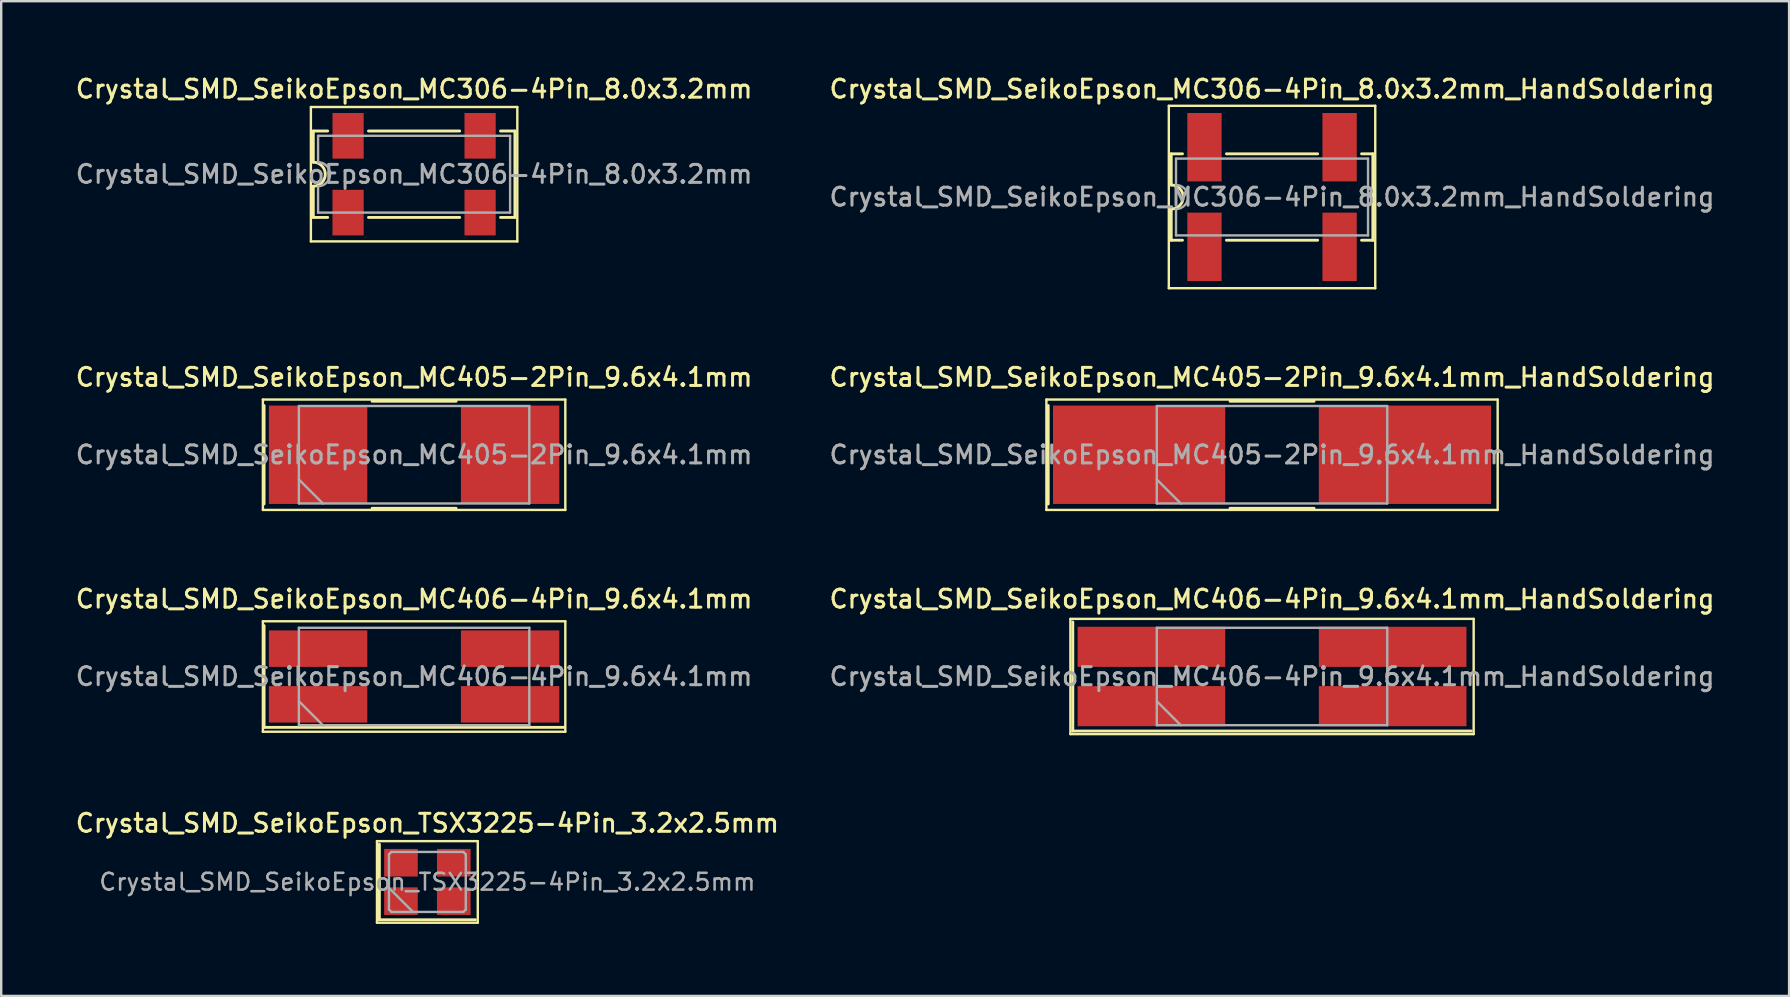
<source format=kicad_pcb>
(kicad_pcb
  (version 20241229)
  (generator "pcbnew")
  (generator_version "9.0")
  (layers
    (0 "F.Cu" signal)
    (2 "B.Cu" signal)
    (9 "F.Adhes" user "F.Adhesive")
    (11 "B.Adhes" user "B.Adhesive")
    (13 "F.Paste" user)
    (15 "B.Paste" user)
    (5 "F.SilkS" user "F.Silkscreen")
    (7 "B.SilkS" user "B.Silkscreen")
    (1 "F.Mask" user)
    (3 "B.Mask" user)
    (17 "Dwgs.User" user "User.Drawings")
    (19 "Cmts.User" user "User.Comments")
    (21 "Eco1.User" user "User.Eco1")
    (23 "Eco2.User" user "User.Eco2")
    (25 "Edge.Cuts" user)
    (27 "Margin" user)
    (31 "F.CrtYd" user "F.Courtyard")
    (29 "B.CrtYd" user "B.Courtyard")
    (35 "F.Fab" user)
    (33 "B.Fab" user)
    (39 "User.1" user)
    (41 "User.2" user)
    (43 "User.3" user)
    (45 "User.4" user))
  (footprint "Crystal_SMD_SeikoEpson_MC306-4Pin_8.0x3.2mm"
    (layer "F.Cu")
    (at 14.202 4.208)
    (property "Reference" "Crystal_SMD_SeikoEpson_MC306-4Pin_8.0x3.2mm" (at 0 -3.55 0) (layer "F.SilkS") (effects (font (size 0.75 0.75) (thickness 0.125))))
    (attr smd)
    (fp_line (start -4.3 -2.8) (end -4.3 2.8) (stroke (width 0.1) (type solid)) (layer "F.SilkS"))
    (fp_line (start -4.3 2.8) (end 4.3 2.8) (stroke (width 0.1) (type solid)) (layer "F.SilkS"))
    (fp_line (start -4.2 -1.8) (end -3.6 -1.8) (stroke (width 0.12) (type solid)) (layer "F.SilkS"))
    (fp_line (start -4.2 -0.5) (end -4.2 -1.8) (stroke (width 0.12) (type solid)) (layer "F.SilkS"))
    (fp_line (start -4.2 1.8) (end -4.2 0.5) (stroke (width 0.12) (type solid)) (layer "F.SilkS"))
    (fp_line (start -4.2 1.8) (end -3.6 1.8) (stroke (width 0.12) (type solid)) (layer "F.SilkS"))
    (fp_line (start -1.9 -1.8) (end 1.9 -1.8) (stroke (width 0.12) (type solid)) (layer "F.SilkS"))
    (fp_line (start 1.9 1.8) (end -1.9 1.8) (stroke (width 0.12) (type solid)) (layer "F.SilkS"))
    (fp_line (start 3.6 -1.8) (end 4.2 -1.8) (stroke (width 0.12) (type solid)) (layer "F.SilkS"))
    (fp_line (start 4.2 -1.8) (end 4.2 1.8) (stroke (width 0.12) (type solid)) (layer "F.SilkS"))
    (fp_line (start 4.2 1.8) (end 3.6 1.8) (stroke (width 0.12) (type solid)) (layer "F.SilkS"))
    (fp_line (start 4.3 -2.8) (end -4.3 -2.8) (stroke (width 0.1) (type solid)) (layer "F.SilkS"))
    (fp_line (start 4.3 2.8) (end 4.3 -2.8) (stroke (width 0.1) (type solid)) (layer "F.SilkS"))
    (fp_arc (start -4.2 -0.5) (mid -3.7 0) (end -4.2 0.5) (stroke (width 0.12) (type solid)) (layer "F.SilkS"))
    (fp_line (start -4 -1.6) (end 4 -1.6) (stroke (width 0.1) (type solid)) (layer "F.Fab"))
    (fp_line (start -4 -0.5) (end -4 -1.6) (stroke (width 0.1) (type solid)) (layer "F.Fab"))
    (fp_line (start -4 1.6) (end -4 0.5) (stroke (width 0.1) (type solid)) (layer "F.Fab"))
    (fp_line (start 4 -1.6) (end 4 1.6) (stroke (width 0.1) (type solid)) (layer "F.Fab"))
    (fp_line (start 4 1.6) (end -4 1.6) (stroke (width 0.1) (type solid)) (layer "F.Fab"))
    (fp_arc (start -4 -0.5) (mid -3.5 0) (end -4 0.5) (stroke (width 0.1) (type solid)) (layer "F.Fab"))
    (fp_text user "${REFERENCE}" (at 0 0 0) (layer "F.Fab") (effects (font (size 0.75 0.75) (thickness 0.125))))
    (pad "1" smd rect (at -2.75 1.6) (size 1.3 1.9) (layers "F.Cu" "F.Mask" "F.Paste"))
    (pad "2" smd rect (at 2.75 1.6) (size 1.3 1.9) (layers "F.Cu" "F.Mask" "F.Paste"))
    (pad "3" smd rect (at 2.75 -1.6) (size 1.3 1.9) (layers "F.Cu" "F.Mask" "F.Paste"))
    (pad "4" smd rect (at -2.75 -1.6) (size 1.3 1.9) (layers "F.Cu" "F.Mask" "F.Paste")))
  (footprint "Crystal_SMD_SeikoEpson_TSX3225-4Pin_3.2x2.5mm"
    (layer "F.Cu")
    (at 14.755 33.693)
    (property "Reference" "Crystal_SMD_SeikoEpson_TSX3225-4Pin_3.2x2.5mm" (at 0 -2.45 0) (layer "F.SilkS") (effects (font (size 0.75 0.75) (thickness 0.125))))
    (attr smd)
    (fp_line (start -2.1 -1.7) (end -2.1 1.7) (stroke (width 0.1) (type solid)) (layer "F.SilkS"))
    (fp_line (start -2.1 1.7) (end 2.1 1.7) (stroke (width 0.1) (type solid)) (layer "F.SilkS"))
    (fp_line (start -2 -1.575) (end -2 1.575) (stroke (width 0.12) (type solid)) (layer "F.SilkS"))
    (fp_line (start -2 1.575) (end 2 1.575) (stroke (width 0.12) (type solid)) (layer "F.SilkS"))
    (fp_line (start 2.1 -1.7) (end -2.1 -1.7) (stroke (width 0.1) (type solid)) (layer "F.SilkS"))
    (fp_line (start 2.1 1.7) (end 2.1 -1.7) (stroke (width 0.1) (type solid)) (layer "F.SilkS"))
    (fp_line (start -1.6 -1.15) (end -1.5 -1.25) (stroke (width 0.1) (type solid)) (layer "F.Fab"))
    (fp_line (start -1.6 0.25) (end -0.6 1.25) (stroke (width 0.1) (type solid)) (layer "F.Fab"))
    (fp_line (start -1.6 1.15) (end -1.6 -1.15) (stroke (width 0.1) (type solid)) (layer "F.Fab"))
    (fp_line (start -1.5 -1.25) (end 1.5 -1.25) (stroke (width 0.1) (type solid)) (layer "F.Fab"))
    (fp_line (start -1.5 1.25) (end -1.6 1.15) (stroke (width 0.1) (type solid)) (layer "F.Fab"))
    (fp_line (start 1.5 -1.25) (end 1.6 -1.15) (stroke (width 0.1) (type solid)) (layer "F.Fab"))
    (fp_line (start 1.5 1.25) (end -1.5 1.25) (stroke (width 0.1) (type solid)) (layer "F.Fab"))
    (fp_line (start 1.6 -1.15) (end 1.6 1.15) (stroke (width 0.1) (type solid)) (layer "F.Fab"))
    (fp_line (start 1.6 1.15) (end 1.5 1.25) (stroke (width 0.1) (type solid)) (layer "F.Fab"))
    (fp_text user "${REFERENCE}" (at 0 0 0) (layer "F.Fab") (effects (font (size 0.7 0.7) (thickness 0.105))))
    (pad "1" smd rect (at -1.1 0.8) (size 1.4 1.15) (layers "F.Cu" "F.Mask" "F.Paste"))
    (pad "2" smd rect (at 1.1 0.8) (size 1.4 1.15) (layers "F.Cu" "F.Mask" "F.Paste"))
    (pad "3" smd rect (at 1.1 -0.8) (size 1.4 1.15) (layers "F.Cu" "F.Mask" "F.Paste"))
    (pad "4" smd rect (at -1.1 -0.8) (size 1.4 1.15) (layers "F.Cu" "F.Mask" "F.Paste")))
  (footprint "Crystal_SMD_SeikoEpson_MC405-2Pin_9.6x4.1mm_HandSoldering"
    (layer "F.Cu")
    (at 49.945 15.896)
    (property "Reference" "Crystal_SMD_SeikoEpson_MC405-2Pin_9.6x4.1mm_HandSoldering" (at 0 -3.23 0) (layer "F.SilkS") (effects (font (size 0.75 0.75) (thickness 0.125))))
    (attr smd)
    (fp_line (start -9.4 -2.3) (end -9.4 2.3) (stroke (width 0.1) (type solid)) (layer "F.SilkS"))
    (fp_line (start -9.4 2.3) (end 9.4 2.3) (stroke (width 0.1) (type solid)) (layer "F.SilkS"))
    (fp_line (start -9.325 -2.05) (end -9.325 2.05) (stroke (width 0.12) (type solid)) (layer "F.SilkS"))
    (fp_line (start -1.75 -2.23) (end 1.75 -2.23) (stroke (width 0.12) (type solid)) (layer "F.SilkS"))
    (fp_line (start -1.75 2.23) (end 1.75 2.23) (stroke (width 0.12) (type solid)) (layer "F.SilkS"))
    (fp_line (start 9.4 -2.3) (end -9.4 -2.3) (stroke (width 0.1) (type solid)) (layer "F.SilkS"))
    (fp_line (start 9.4 2.3) (end 9.4 -2.3) (stroke (width 0.1) (type solid)) (layer "F.SilkS"))
    (fp_line (start -4.8 -2.03) (end -4.8 2.03) (stroke (width 0.1) (type solid)) (layer "F.Fab"))
    (fp_line (start -4.8 1.03) (end -3.8 2.03) (stroke (width 0.1) (type solid)) (layer "F.Fab"))
    (fp_line (start -4.8 2.03) (end 4.8 2.03) (stroke (width 0.1) (type solid)) (layer "F.Fab"))
    (fp_line (start 4.8 -2.03) (end -4.8 -2.03) (stroke (width 0.1) (type solid)) (layer "F.Fab"))
    (fp_line (start 4.8 2.03) (end 4.8 -2.03) (stroke (width 0.1) (type solid)) (layer "F.Fab"))
    (fp_text user "${REFERENCE}" (at 0 0 0) (layer "F.Fab") (effects (font (size 0.75 0.75) (thickness 0.125))))
    (pad "1" smd rect (at -5.537 0) (size 7.175 4.1) (layers "F.Cu" "F.Mask" "F.Paste"))
    (pad "2" smd rect (at 5.537 0) (size 7.175 4.1) (layers "F.Cu" "F.Mask" "F.Paste")))
  (footprint "Crystal_SMD_SeikoEpson_MC406-4Pin_9.6x4.1mm"
    (layer "F.Cu")
    (at 14.202 25.134)
    (property "Reference" "Crystal_SMD_SeikoEpson_MC406-4Pin_9.6x4.1mm" (at 0 -3.23 0) (layer "F.SilkS") (effects (font (size 0.75 0.75) (thickness 0.125))))
    (attr smd)
    (fp_line (start -6.3 -2.3) (end -6.3 2.3) (stroke (width 0.1) (type solid)) (layer "F.SilkS"))
    (fp_line (start -6.3 2.3) (end 6.3 2.3) (stroke (width 0.1) (type solid)) (layer "F.SilkS"))
    (fp_line (start -6.25 -2.12) (end -6.25 2.12) (stroke (width 0.12) (type solid)) (layer "F.SilkS"))
    (fp_line (start -6.25 2.12) (end 6.25 2.12) (stroke (width 0.12) (type solid)) (layer "F.SilkS"))
    (fp_line (start 6.3 -2.3) (end -6.3 -2.3) (stroke (width 0.1) (type solid)) (layer "F.SilkS"))
    (fp_line (start 6.3 2.3) (end 6.3 -2.3) (stroke (width 0.1) (type solid)) (layer "F.SilkS"))
    (fp_line (start -4.8 -2.03) (end -4.8 2.03) (stroke (width 0.1) (type solid)) (layer "F.Fab"))
    (fp_line (start -4.8 1.03) (end -3.8 2.03) (stroke (width 0.1) (type solid)) (layer "F.Fab"))
    (fp_line (start -4.8 2.03) (end 4.8 2.03) (stroke (width 0.1) (type solid)) (layer "F.Fab"))
    (fp_line (start 4.8 -2.03) (end -4.8 -2.03) (stroke (width 0.1) (type solid)) (layer "F.Fab"))
    (fp_line (start 4.8 2.03) (end 4.8 -2.03) (stroke (width 0.1) (type solid)) (layer "F.Fab"))
    (fp_text user "${REFERENCE}" (at 0 0 0) (layer "F.Fab") (effects (font (size 0.75 0.75) (thickness 0.125))))
    (pad "1" smd rect (at -4 1.16) (size 4.1 1.52) (layers "F.Cu" "F.Mask" "F.Paste"))
    (pad "2" smd rect (at 4 1.16) (size 4.1 1.52) (layers "F.Cu" "F.Mask" "F.Paste"))
    (pad "3" smd rect (at 4 -1.16) (size 4.1 1.52) (layers "F.Cu" "F.Mask" "F.Paste"))
    (pad "4" smd rect (at -4 -1.16) (size 4.1 1.52) (layers "F.Cu" "F.Mask" "F.Paste")))
  (footprint "Crystal_SMD_SeikoEpson_MC306-4Pin_8.0x3.2mm_HandSoldering"
    (layer "F.Cu")
    (at 49.945 5.158)
    (property "Reference" "Crystal_SMD_SeikoEpson_MC306-4Pin_8.0x3.2mm_HandSoldering" (at 0 -4.5 0) (layer "F.SilkS") (effects (font (size 0.75 0.75) (thickness 0.125))))
    (attr smd)
    (fp_line (start -4.3 -3.8) (end -4.3 3.8) (stroke (width 0.1) (type solid)) (layer "F.SilkS"))
    (fp_line (start -4.3 3.8) (end 4.3 3.8) (stroke (width 0.1) (type solid)) (layer "F.SilkS"))
    (fp_line (start -4.2 -1.8) (end -3.73 -1.8) (stroke (width 0.12) (type solid)) (layer "F.SilkS"))
    (fp_line (start -4.2 -0.5) (end -4.2 -1.8) (stroke (width 0.12) (type solid)) (layer "F.SilkS"))
    (fp_line (start -4.2 1.8) (end -4.2 0.5) (stroke (width 0.12) (type solid)) (layer "F.SilkS"))
    (fp_line (start -4.2 1.8) (end -3.73 1.8) (stroke (width 0.12) (type solid)) (layer "F.SilkS"))
    (fp_line (start -1.9 -1.8) (end 1.9 -1.8) (stroke (width 0.12) (type solid)) (layer "F.SilkS"))
    (fp_line (start 1.9 1.8) (end -1.9 1.8) (stroke (width 0.12) (type solid)) (layer "F.SilkS"))
    (fp_line (start 3.73 -1.8) (end 4.2 -1.8) (stroke (width 0.12) (type solid)) (layer "F.SilkS"))
    (fp_line (start 4.2 -1.8) (end 4.2 1.8) (stroke (width 0.12) (type solid)) (layer "F.SilkS"))
    (fp_line (start 4.2 1.8) (end 3.73 1.8) (stroke (width 0.12) (type solid)) (layer "F.SilkS"))
    (fp_line (start 4.3 -3.8) (end -4.3 -3.8) (stroke (width 0.1) (type solid)) (layer "F.SilkS"))
    (fp_line (start 4.3 3.8) (end 4.3 -3.8) (stroke (width 0.1) (type solid)) (layer "F.SilkS"))
    (fp_arc (start -4.2 -0.5) (mid -3.7 0) (end -4.2 0.5) (stroke (width 0.12) (type solid)) (layer "F.SilkS"))
    (fp_line (start -4 -1.6) (end 4 -1.6) (stroke (width 0.1) (type solid)) (layer "F.Fab"))
    (fp_line (start -4 -0.5) (end -4 -1.6) (stroke (width 0.1) (type solid)) (layer "F.Fab"))
    (fp_line (start -4 1.6) (end -4 0.5) (stroke (width 0.1) (type solid)) (layer "F.Fab"))
    (fp_line (start 4 -1.6) (end 4 1.6) (stroke (width 0.1) (type solid)) (layer "F.Fab"))
    (fp_line (start 4 1.6) (end -4 1.6) (stroke (width 0.1) (type solid)) (layer "F.Fab"))
    (fp_arc (start -4 -0.5) (mid -3.5 0) (end -4 0.5) (stroke (width 0.1) (type solid)) (layer "F.Fab"))
    (fp_text user "${REFERENCE}" (at 0 0 0) (layer "F.Fab") (effects (font (size 0.75 0.75) (thickness 0.125))))
    (pad "1" smd rect (at -2.815 2.075) (size 1.43 2.85) (layers "F.Cu" "F.Mask" "F.Paste"))
    (pad "2" smd rect (at 2.815 2.075) (size 1.43 2.85) (layers "F.Cu" "F.Mask" "F.Paste"))
    (pad "3" smd rect (at 2.815 -2.075) (size 1.43 2.85) (layers "F.Cu" "F.Mask" "F.Paste"))
    (pad "4" smd rect (at -2.815 -2.075) (size 1.43 2.85) (layers "F.Cu" "F.Mask" "F.Paste")))
  (footprint "Crystal_SMD_SeikoEpson_MC406-4Pin_9.6x4.1mm_HandSoldering"
    (layer "F.Cu")
    (at 49.945 25.134)
    (property "Reference" "Crystal_SMD_SeikoEpson_MC406-4Pin_9.6x4.1mm_HandSoldering" (at 0 -3.23 0) (layer "F.SilkS") (effects (font (size 0.75 0.75) (thickness 0.125))))
    (attr smd)
    (fp_line (start -8.4 -2.4) (end -8.4 2.4) (stroke (width 0.1) (type solid)) (layer "F.SilkS"))
    (fp_line (start -8.4 2.4) (end 8.4 2.4) (stroke (width 0.1) (type solid)) (layer "F.SilkS"))
    (fp_line (start -8.3 -2.272) (end -8.3 2.272) (stroke (width 0.12) (type solid)) (layer "F.SilkS"))
    (fp_line (start -8.3 2.272) (end 8.3 2.272) (stroke (width 0.12) (type solid)) (layer "F.SilkS"))
    (fp_line (start 8.4 -2.4) (end -8.4 -2.4) (stroke (width 0.1) (type solid)) (layer "F.SilkS"))
    (fp_line (start 8.4 2.4) (end 8.4 -2.4) (stroke (width 0.1) (type solid)) (layer "F.SilkS"))
    (fp_line (start -4.8 -2.03) (end -4.8 2.03) (stroke (width 0.1) (type solid)) (layer "F.Fab"))
    (fp_line (start -4.8 1.03) (end -3.8 2.03) (stroke (width 0.1) (type solid)) (layer "F.Fab"))
    (fp_line (start -4.8 2.03) (end 4.8 2.03) (stroke (width 0.1) (type solid)) (layer "F.Fab"))
    (fp_line (start 4.8 -2.03) (end -4.8 -2.03) (stroke (width 0.1) (type solid)) (layer "F.Fab"))
    (fp_line (start 4.8 2.03) (end 4.8 -2.03) (stroke (width 0.1) (type solid)) (layer "F.Fab"))
    (fp_text user "${REFERENCE}" (at 0 0 0) (layer "F.Fab") (effects (font (size 0.75 0.75) (thickness 0.125))))
    (pad "1" smd rect (at -5.025 1.236) (size 6.15 1.672) (layers "F.Cu" "F.Mask" "F.Paste"))
    (pad "2" smd rect (at 5.025 1.236) (size 6.15 1.672) (layers "F.Cu" "F.Mask" "F.Paste"))
    (pad "3" smd rect (at 5.025 -1.236) (size 6.15 1.672) (layers "F.Cu" "F.Mask" "F.Paste"))
    (pad "4" smd rect (at -5.025 -1.236) (size 6.15 1.672) (layers "F.Cu" "F.Mask" "F.Paste")))
  (footprint "Crystal_SMD_SeikoEpson_MC405-2Pin_9.6x4.1mm"
    (layer "F.Cu")
    (at 14.202 15.896)
    (property "Reference" "Crystal_SMD_SeikoEpson_MC405-2Pin_9.6x4.1mm" (at 0 -3.23 0) (layer "F.SilkS") (effects (font (size 0.75 0.75) (thickness 0.125))))
    (attr smd)
    (fp_line (start -6.3 -2.3) (end -6.3 2.3) (stroke (width 0.1) (type solid)) (layer "F.SilkS"))
    (fp_line (start -6.3 2.3) (end 6.3 2.3) (stroke (width 0.1) (type solid)) (layer "F.SilkS"))
    (fp_line (start -6.25 -2.05) (end -6.25 2.05) (stroke (width 0.12) (type solid)) (layer "F.SilkS"))
    (fp_line (start -1.75 -2.23) (end 1.75 -2.23) (stroke (width 0.12) (type solid)) (layer "F.SilkS"))
    (fp_line (start -1.75 2.23) (end 1.75 2.23) (stroke (width 0.12) (type solid)) (layer "F.SilkS"))
    (fp_line (start 6.3 -2.3) (end -6.3 -2.3) (stroke (width 0.1) (type solid)) (layer "F.SilkS"))
    (fp_line (start 6.3 2.3) (end 6.3 -2.3) (stroke (width 0.1) (type solid)) (layer "F.SilkS"))
    (fp_line (start -4.8 -2.03) (end -4.8 2.03) (stroke (width 0.1) (type solid)) (layer "F.Fab"))
    (fp_line (start -4.8 1.03) (end -3.8 2.03) (stroke (width 0.1) (type solid)) (layer "F.Fab"))
    (fp_line (start -4.8 2.03) (end 4.8 2.03) (stroke (width 0.1) (type solid)) (layer "F.Fab"))
    (fp_line (start 4.8 -2.03) (end -4.8 -2.03) (stroke (width 0.1) (type solid)) (layer "F.Fab"))
    (fp_line (start 4.8 2.03) (end 4.8 -2.03) (stroke (width 0.1) (type solid)) (layer "F.Fab"))
    (fp_text user "${REFERENCE}" (at 0 0 0) (layer "F.Fab") (effects (font (size 0.75 0.75) (thickness 0.125))))
    (pad "1" smd rect (at -4 0) (size 4.1 4.1) (layers "F.Cu" "F.Mask" "F.Paste"))
    (pad "2" smd rect (at 4 0) (size 4.1 4.1) (layers "F.Cu" "F.Mask" "F.Paste")))
  (gr_rect
    (start -3 -3)
    (end 71.486 38.443)
    (stroke (width 0.1) (type default))
    (fill no)
    (layer "Edge.Cuts")))
</source>
